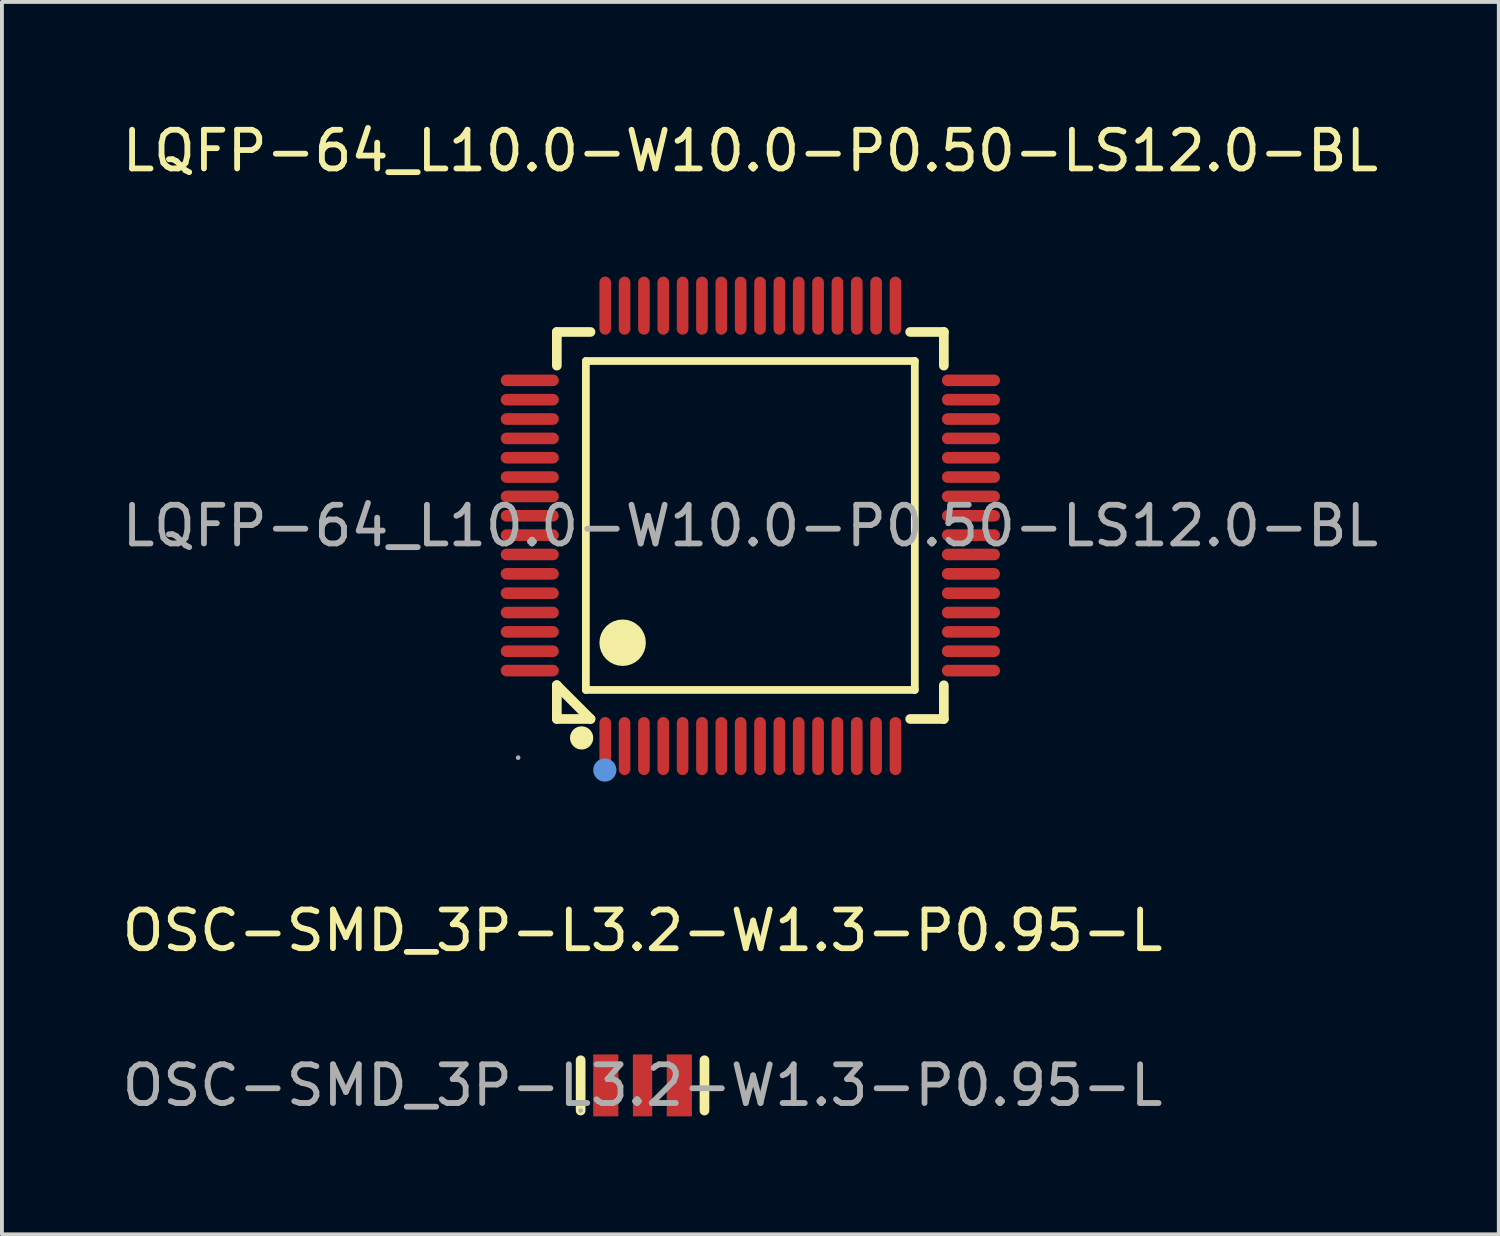
<source format=kicad_pcb>
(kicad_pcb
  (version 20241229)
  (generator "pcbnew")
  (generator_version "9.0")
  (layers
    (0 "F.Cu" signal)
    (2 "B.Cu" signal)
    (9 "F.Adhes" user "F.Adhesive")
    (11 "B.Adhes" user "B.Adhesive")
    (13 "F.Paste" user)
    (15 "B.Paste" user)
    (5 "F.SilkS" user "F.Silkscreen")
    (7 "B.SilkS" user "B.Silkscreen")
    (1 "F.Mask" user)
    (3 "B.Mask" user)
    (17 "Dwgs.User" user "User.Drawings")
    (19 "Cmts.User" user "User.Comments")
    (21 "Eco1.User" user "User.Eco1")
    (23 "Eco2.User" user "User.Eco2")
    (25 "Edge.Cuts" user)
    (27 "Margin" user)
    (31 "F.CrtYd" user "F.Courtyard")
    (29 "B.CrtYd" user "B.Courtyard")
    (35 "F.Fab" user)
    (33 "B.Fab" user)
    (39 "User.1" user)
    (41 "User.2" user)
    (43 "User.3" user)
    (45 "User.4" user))
  (footprint "LQFP-64_L10.0-W10.0-P0.50-LS12.0-BL"
    (layer "F.Cu")
    (at 16.339 10.538)
    (property "Reference" "LQFP-64_L10.0-W10.0-P0.50-LS12.0-BL" (at 0 -9.69 0) (layer "F.SilkS") (effects (font (size 1 1) (thickness 0.15))))
    (attr smd)
    (fp_line (start -5 -5.01) (end -4.13 -5.01) (stroke (width 0.25) (type solid)) (layer "F.SilkS"))
    (fp_line (start -5 -4.14) (end -5 -5.01) (stroke (width 0.25) (type solid)) (layer "F.SilkS"))
    (fp_line (start -5 4.12) (end -5 4.12) (stroke (width 0.25) (type solid)) (layer "F.SilkS"))
    (fp_line (start -5 4.12) (end -4.13 4.99) (stroke (width 0.25) (type solid)) (layer "F.SilkS"))
    (fp_line (start -5 4.99) (end -5 4.12) (stroke (width 0.25) (type solid)) (layer "F.SilkS"))
    (fp_line (start -4.25 -4.26) (end -4.25 4.24) (stroke (width 0.2) (type solid)) (layer "F.SilkS"))
    (fp_line (start -4.25 4.24) (end 4.25 4.24) (stroke (width 0.2) (type solid)) (layer "F.SilkS"))
    (fp_line (start -4.13 4.99) (end -5 4.99) (stroke (width 0.25) (type solid)) (layer "F.SilkS"))
    (fp_line (start 4.25 -4.26) (end -4.25 -4.26) (stroke (width 0.2) (type solid)) (layer "F.SilkS"))
    (fp_line (start 4.25 4.24) (end 4.25 -4.26) (stroke (width 0.2) (type solid)) (layer "F.SilkS"))
    (fp_line (start 5 -5.01) (end 4.13 -5.01) (stroke (width 0.25) (type solid)) (layer "F.SilkS"))
    (fp_line (start 5 -5.01) (end 5 -4.14) (stroke (width 0.25) (type solid)) (layer "F.SilkS"))
    (fp_line (start 5 4.12) (end 5 4.99) (stroke (width 0.25) (type solid)) (layer "F.SilkS"))
    (fp_line (start 5 4.99) (end 4.13 4.99) (stroke (width 0.25) (type solid)) (layer "F.SilkS"))
    (fp_arc (start -4.36 5.48) (mid -4.36 5.48) (end -4.36 5.48) (stroke (width 0.3) (type solid)) (layer "F.SilkS"))
    (fp_arc (start -3.3 3.02) (mid -3.3 3.02) (end -3.3 3.02) (stroke (width 0.6) (type solid)) (layer "F.SilkS"))
    (fp_circle (center -3.76 6.31) (end -3.61 6.31) (stroke (width 0.3) (type solid)) (fill no) (layer "Cmts.User"))
    (fp_circle (center -6 5.99) (end -5.97 5.99) (stroke (width 0.06) (type solid)) (fill no) (layer "F.Fab"))
    (fp_text user "${REFERENCE}" (at 0 0 0) (layer "F.Fab") (effects (font (size 1 1) (thickness 0.15))))
    (pad "1" smd oval (at -3.75 5.69) (size 0.3 1.5) (layers "F.Cu" "F.Mask" "F.Paste"))
    (pad "2" smd oval (at -3.25 5.69) (size 0.3 1.5) (layers "F.Cu" "F.Mask" "F.Paste"))
    (pad "3" smd oval (at -2.75 5.69) (size 0.3 1.5) (layers "F.Cu" "F.Mask" "F.Paste"))
    (pad "4" smd oval (at -2.25 5.69) (size 0.3 1.5) (layers "F.Cu" "F.Mask" "F.Paste"))
    (pad "5" smd oval (at -1.75 5.69) (size 0.3 1.5) (layers "F.Cu" "F.Mask" "F.Paste"))
    (pad "6" smd oval (at -1.25 5.69) (size 0.3 1.5) (layers "F.Cu" "F.Mask" "F.Paste"))
    (pad "7" smd oval (at -0.75 5.69) (size 0.3 1.5) (layers "F.Cu" "F.Mask" "F.Paste"))
    (pad "8" smd oval (at -0.25 5.69) (size 0.3 1.5) (layers "F.Cu" "F.Mask" "F.Paste"))
    (pad "9" smd oval (at 0.25 5.69) (size 0.3 1.5) (layers "F.Cu" "F.Mask" "F.Paste"))
    (pad "10" smd oval (at 0.75 5.69) (size 0.3 1.5) (layers "F.Cu" "F.Mask" "F.Paste"))
    (pad "11" smd oval (at 1.25 5.69) (size 0.3 1.5) (layers "F.Cu" "F.Mask" "F.Paste"))
    (pad "12" smd oval (at 1.75 5.69) (size 0.3 1.5) (layers "F.Cu" "F.Mask" "F.Paste"))
    (pad "13" smd oval (at 2.25 5.69) (size 0.3 1.5) (layers "F.Cu" "F.Mask" "F.Paste"))
    (pad "14" smd oval (at 2.75 5.69) (size 0.3 1.5) (layers "F.Cu" "F.Mask" "F.Paste"))
    (pad "15" smd oval (at 3.25 5.69) (size 0.3 1.5) (layers "F.Cu" "F.Mask" "F.Paste"))
    (pad "16" smd oval (at 3.75 5.69) (size 0.3 1.5) (layers "F.Cu" "F.Mask" "F.Paste"))
    (pad "17" smd oval (at 5.7 3.74) (size 1.5 0.3) (layers "F.Cu" "F.Mask" "F.Paste"))
    (pad "18" smd oval (at 5.7 3.24) (size 1.5 0.3) (layers "F.Cu" "F.Mask" "F.Paste"))
    (pad "19" smd oval (at 5.7 2.74) (size 1.5 0.3) (layers "F.Cu" "F.Mask" "F.Paste"))
    (pad "20" smd oval (at 5.7 2.24) (size 1.5 0.3) (layers "F.Cu" "F.Mask" "F.Paste"))
    (pad "21" smd oval (at 5.7 1.74) (size 1.5 0.3) (layers "F.Cu" "F.Mask" "F.Paste"))
    (pad "22" smd oval (at 5.7 1.24) (size 1.5 0.3) (layers "F.Cu" "F.Mask" "F.Paste"))
    (pad "23" smd oval (at 5.7 0.74) (size 1.5 0.3) (layers "F.Cu" "F.Mask" "F.Paste"))
    (pad "24" smd oval (at 5.7 0.24) (size 1.5 0.3) (layers "F.Cu" "F.Mask" "F.Paste"))
    (pad "25" smd oval (at 5.7 -0.26) (size 1.5 0.3) (layers "F.Cu" "F.Mask" "F.Paste"))
    (pad "26" smd oval (at 5.7 -0.76) (size 1.5 0.3) (layers "F.Cu" "F.Mask" "F.Paste"))
    (pad "27" smd oval (at 5.7 -1.26) (size 1.5 0.3) (layers "F.Cu" "F.Mask" "F.Paste"))
    (pad "28" smd oval (at 5.7 -1.76) (size 1.5 0.3) (layers "F.Cu" "F.Mask" "F.Paste"))
    (pad "29" smd oval (at 5.7 -2.26) (size 1.5 0.3) (layers "F.Cu" "F.Mask" "F.Paste"))
    (pad "30" smd oval (at 5.7 -2.76) (size 1.5 0.3) (layers "F.Cu" "F.Mask" "F.Paste"))
    (pad "31" smd oval (at 5.7 -3.26) (size 1.5 0.3) (layers "F.Cu" "F.Mask" "F.Paste"))
    (pad "32" smd oval (at 5.7 -3.76) (size 1.5 0.3) (layers "F.Cu" "F.Mask" "F.Paste"))
    (pad "33" smd oval (at 3.75 -5.69) (size 0.3 1.5) (layers "F.Cu" "F.Mask" "F.Paste"))
    (pad "34" smd oval (at 3.25 -5.69) (size 0.3 1.5) (layers "F.Cu" "F.Mask" "F.Paste"))
    (pad "35" smd oval (at 2.75 -5.69) (size 0.3 1.5) (layers "F.Cu" "F.Mask" "F.Paste"))
    (pad "36" smd oval (at 2.25 -5.69) (size 0.3 1.5) (layers "F.Cu" "F.Mask" "F.Paste"))
    (pad "37" smd oval (at 1.75 -5.69) (size 0.3 1.5) (layers "F.Cu" "F.Mask" "F.Paste"))
    (pad "38" smd oval (at 1.25 -5.69) (size 0.3 1.5) (layers "F.Cu" "F.Mask" "F.Paste"))
    (pad "39" smd oval (at 0.75 -5.69) (size 0.3 1.5) (layers "F.Cu" "F.Mask" "F.Paste"))
    (pad "40" smd oval (at 0.25 -5.69) (size 0.3 1.5) (layers "F.Cu" "F.Mask" "F.Paste"))
    (pad "41" smd oval (at -0.25 -5.69) (size 0.3 1.5) (layers "F.Cu" "F.Mask" "F.Paste"))
    (pad "42" smd oval (at -0.75 -5.69) (size 0.3 1.5) (layers "F.Cu" "F.Mask" "F.Paste"))
    (pad "43" smd oval (at -1.25 -5.69) (size 0.3 1.5) (layers "F.Cu" "F.Mask" "F.Paste"))
    (pad "44" smd oval (at -1.75 -5.69) (size 0.3 1.5) (layers "F.Cu" "F.Mask" "F.Paste"))
    (pad "45" smd oval (at -2.25 -5.69) (size 0.3 1.5) (layers "F.Cu" "F.Mask" "F.Paste"))
    (pad "46" smd oval (at -2.75 -5.69) (size 0.3 1.5) (layers "F.Cu" "F.Mask" "F.Paste"))
    (pad "47" smd oval (at -3.25 -5.69) (size 0.3 1.5) (layers "F.Cu" "F.Mask" "F.Paste"))
    (pad "48" smd oval (at -3.75 -5.69) (size 0.3 1.5) (layers "F.Cu" "F.Mask" "F.Paste"))
    (pad "49" smd oval (at -5.7 -3.76) (size 1.5 0.3) (layers "F.Cu" "F.Mask" "F.Paste"))
    (pad "50" smd oval (at -5.7 -3.26) (size 1.5 0.3) (layers "F.Cu" "F.Mask" "F.Paste"))
    (pad "51" smd oval (at -5.7 -2.76) (size 1.5 0.3) (layers "F.Cu" "F.Mask" "F.Paste"))
    (pad "52" smd oval (at -5.7 -2.26) (size 1.5 0.3) (layers "F.Cu" "F.Mask" "F.Paste"))
    (pad "53" smd oval (at -5.7 -1.76) (size 1.5 0.3) (layers "F.Cu" "F.Mask" "F.Paste"))
    (pad "54" smd oval (at -5.7 -1.26) (size 1.5 0.3) (layers "F.Cu" "F.Mask" "F.Paste"))
    (pad "55" smd oval (at -5.7 -0.76) (size 1.5 0.3) (layers "F.Cu" "F.Mask" "F.Paste"))
    (pad "56" smd oval (at -5.7 -0.26) (size 1.5 0.3) (layers "F.Cu" "F.Mask" "F.Paste"))
    (pad "57" smd oval (at -5.7 0.24) (size 1.5 0.3) (layers "F.Cu" "F.Mask" "F.Paste"))
    (pad "58" smd oval (at -5.7 0.74) (size 1.5 0.3) (layers "F.Cu" "F.Mask" "F.Paste"))
    (pad "59" smd oval (at -5.7 1.24) (size 1.5 0.3) (layers "F.Cu" "F.Mask" "F.Paste"))
    (pad "60" smd oval (at -5.7 1.74) (size 1.5 0.3) (layers "F.Cu" "F.Mask" "F.Paste"))
    (pad "61" smd oval (at -5.7 2.24) (size 1.5 0.3) (layers "F.Cu" "F.Mask" "F.Paste"))
    (pad "62" smd oval (at -5.7 2.74) (size 1.5 0.3) (layers "F.Cu" "F.Mask" "F.Paste"))
    (pad "63" smd oval (at -5.7 3.24) (size 1.5 0.3) (layers "F.Cu" "F.Mask" "F.Paste"))
    (pad "64" smd oval (at -5.7 3.74) (size 1.5 0.3) (layers "F.Cu" "F.Mask" "F.Paste")))
  (footprint "OSC-SMD_3P-L3.2-W1.3-P0.95-L"
    (layer "F.Cu")
    (at 13.554 24.997)
    (property "Reference" "OSC-SMD_3P-L3.2-W1.3-P0.95-L" (at 0 -4 0) (layer "F.SilkS") (effects (font (size 1 1) (thickness 0.15))))
    (attr smd)
    (fp_line (start -1.6 -0.65) (end -1.6 0.65) (stroke (width 0.25) (type solid)) (layer "F.SilkS"))
    (fp_line (start 1.6 0.65) (end 1.6 -0.65) (stroke (width 0.25) (type solid)) (layer "F.SilkS"))
    (fp_circle (center -1.6 0.65) (end -1.57 0.65) (stroke (width 0.06) (type solid)) (fill no) (layer "F.Fab"))
    (fp_text user "${REFERENCE}" (at 0 0 0) (layer "F.Fab") (effects (font (size 1 1) (thickness 0.15))))
    (pad "1" smd rect (at -0.95 0 90) (size 1.6 0.65) (layers "F.Cu" "F.Mask" "F.Paste"))
    (pad "2" smd rect (at 0 0 90) (size 1.6 0.5) (layers "F.Cu" "F.Mask" "F.Paste"))
    (pad "3" smd rect (at 0.95 0 90) (size 1.6 0.65) (layers "F.Cu" "F.Mask" "F.Paste")))
  (gr_rect
    (start -3 -3)
    (end 35.679 28.845)
    (stroke (width 0.1) (type default))
    (fill no)
    (layer "Edge.Cuts")))
</source>
